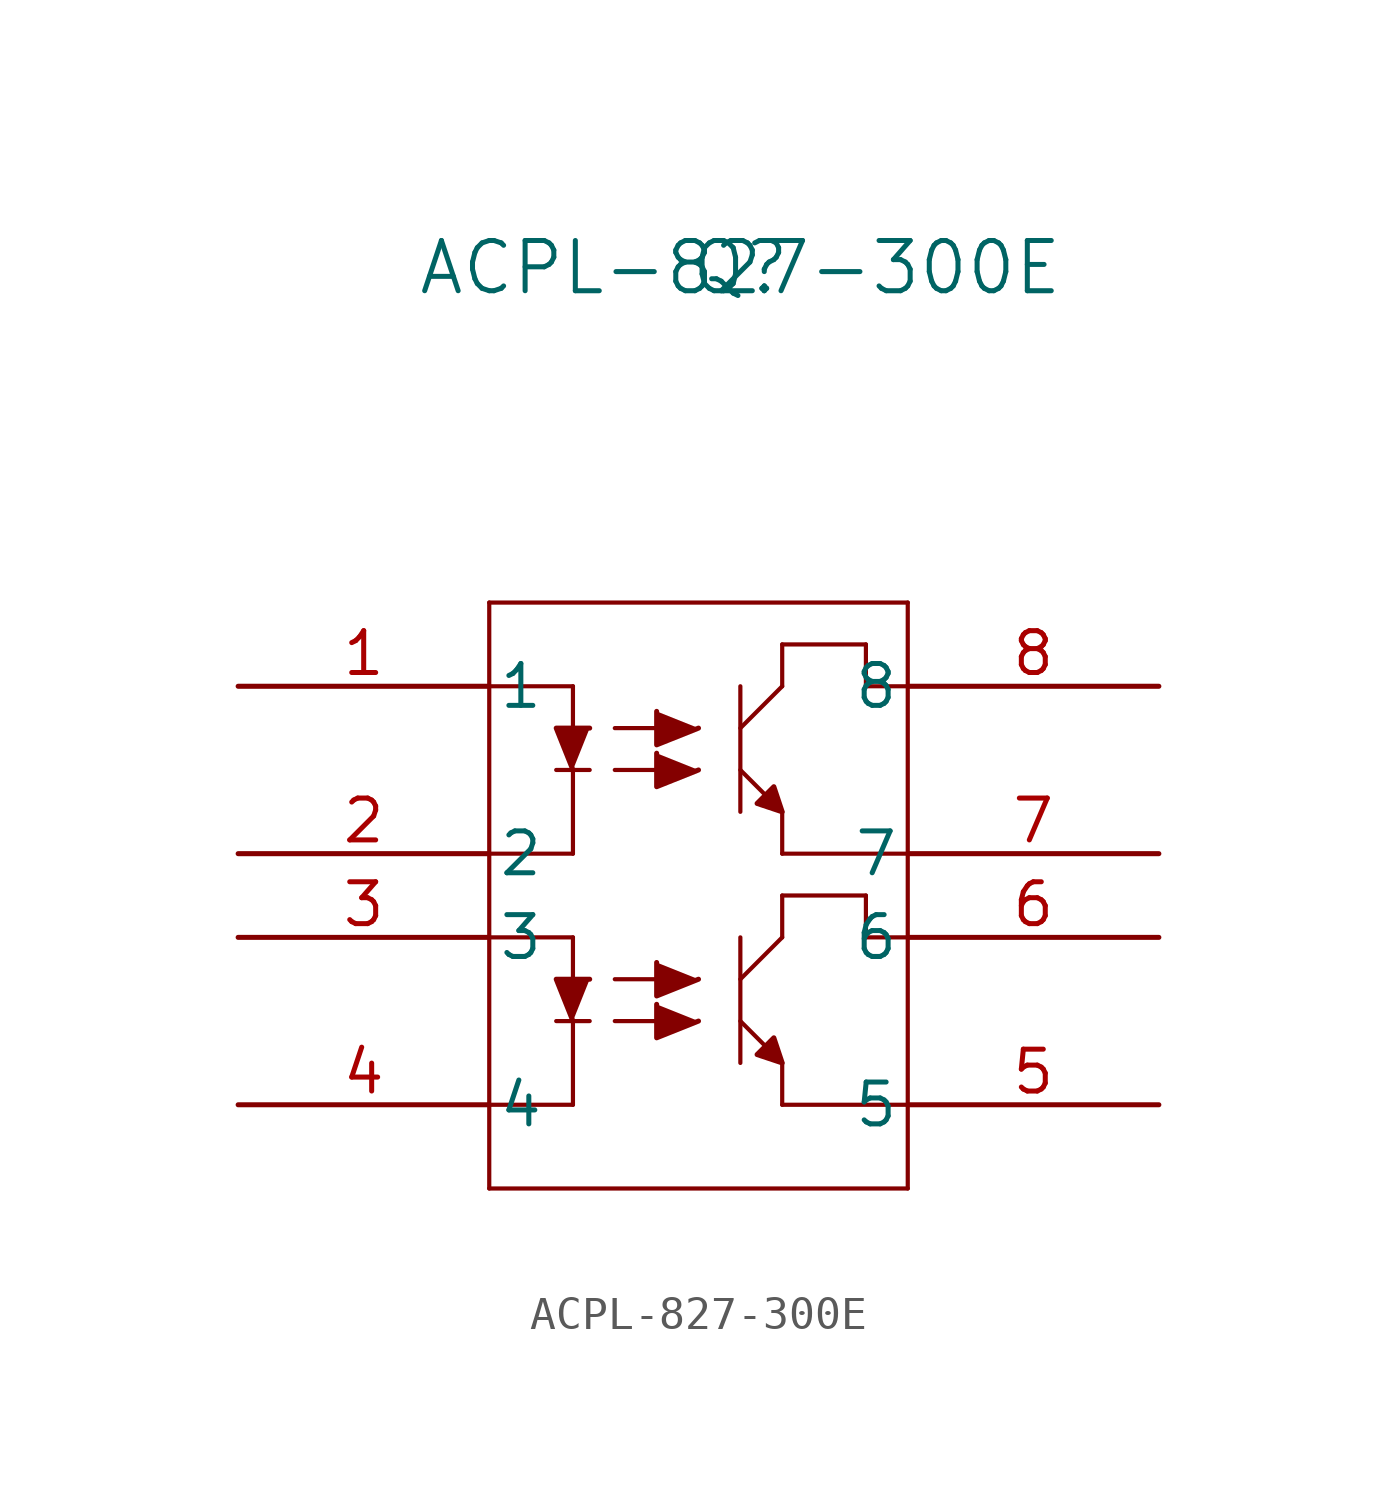
<source format=kicad_sym>
(kicad_symbol_lib
  (version 20211014)
  (generator kicad_symbol_editor)
  (symbol "ACPL-827-300E"
    (pin_names
      (offset 0.254))
    (property "Reference" "Q"
      (at 15.24 12.7 0)
      (effects (font (size 1.524 1.524))))
    (property "Value" "ACPL-827-300E"
      (at 15.24 12.7 0)
      (effects (font (size 1.524 1.524))))
    (symbol "ACPL-827-300E_0_1"
      (polyline (pts (xy 16.51 -3.81) (xy 16.51 -5.08)) (stroke (width 0.127) (type default) (color 0 0 0 0)) (fill (type none)))
      (polyline (pts (xy 15.24 -3.81) (xy 15.24 0)) (stroke (width 0.127) (type default) (color 0 0 0 0)) (fill (type none)))
      (polyline (pts (xy 16.51 0) (xy 15.24 -1.27)) (stroke (width 0.127) (type default) (color 0 0 0 0)) (fill (type none)))
      (polyline (pts (xy 7.62 2.54) (xy 7.62 -15.24)) (stroke (width 0.127) (type default) (color 0 0 0 0)) (fill (type none)))
      (polyline (pts (xy 15.24 -2.54) (xy 16.256 -3.556)) (stroke (width 0.127) (type default) (color 0 0 0 0)) (fill (type none)))
      (polyline (pts (xy 20.32 -15.24) (xy 20.32 2.54)) (stroke (width 0.127) (type default) (color 0 0 0 0)) (fill (type none)))
      (polyline (pts (xy 11.43 -2.54) (xy 12.7 -2.54)) (stroke (width 0.127) (type default) (color 0 0 0 0)) (fill (type none)))
      (polyline (pts (xy 11.43 -1.27) (xy 12.7 -1.27)) (stroke (width 0.127) (type default) (color 0 0 0 0)) (fill (type none)))
      (polyline (pts (xy 19.05 1.27) (xy 16.51 1.27)) (stroke (width 0.127) (type default) (color 0 0 0 0)) (fill (type none)))
      (polyline (pts (xy 7.62 -15.24) (xy 20.32 -15.24)) (stroke (width 0.127) (type default) (color 0 0 0 0)) (fill (type none)))
      (polyline (pts (xy 16.51 0) (xy 16.51 1.27)) (stroke (width 0.127) (type default) (color 0 0 0 0)) (fill (type none)))
      (polyline (pts (xy 20.32 2.54) (xy 7.62 2.54)) (stroke (width 0.127) (type default) (color 0 0 0 0)) (fill (type none)))
      (polyline (pts (xy 9.652 -2.54) (xy 10.668 -2.54)) (stroke (width 0.127) (type default) (color 0 0 0 0)) (fill (type none)))
      (polyline (pts (xy 16.51 -5.08) (xy 20.32 -5.08)) (stroke (width 0.127) (type default) (color 0 0 0 0)) (fill (type none)))
      (polyline (pts (xy 10.16 -1.27) (xy 10.16 0)) (stroke (width 0.127) (type default) (color 0 0 0 0)) (fill (type none)))
      (polyline (pts (xy 10.16 -2.54) (xy 10.16 -5.08)) (stroke (width 0.127) (type default) (color 0 0 0 0)) (fill (type none)))
      (polyline (pts (xy 10.16 -2.54) (xy 9.652 -1.27) (xy 10.668 -1.27)) (stroke (width 0) (type default) (color 0 0 0 0)) (fill (type outline)))
      (polyline (pts (xy 16.51 -3.81) (xy 15.748 -3.556) (xy 16.256 -3.048) (xy 16.51 -3.81)) (stroke (width 0) (type default) (color 0 0 0 0)) (fill (type outline)))
      (polyline (pts (xy 13.97 -1.27) (xy 12.7 -1.778) (xy 12.7 -0.762)) (stroke (width 0) (type default) (color 0 0 0 0)) (fill (type outline)))
      (polyline (pts (xy 13.97 -2.54) (xy 12.7 -3.048) (xy 12.7 -2.032)) (stroke (width 0) (type default) (color 0 0 0 0)) (fill (type outline)))
      (polyline (pts (xy 7.62 0) (xy 10.16 0)) (stroke (width 0.127) (type default) (color 0 0 0 0)) (fill (type none)))
      (polyline (pts (xy 7.62 -5.08) (xy 10.16 -5.08)) (stroke (width 0.127) (type default) (color 0 0 0 0)) (fill (type none)))
      (polyline (pts (xy 19.05 1.27) (xy 19.05 0)) (stroke (width 0.127) (type default) (color 0 0 0 0)) (fill (type none)))
      (polyline (pts (xy 19.05 0) (xy 20.32 0)) (stroke (width 0.127) (type default) (color 0 0 0 0)) (fill (type none)))
      (polyline (pts (xy 16.51 -11.43) (xy 16.51 -12.7)) (stroke (width 0.127) (type default) (color 0 0 0 0)) (fill (type none)))
      (polyline (pts (xy 15.24 -11.43) (xy 15.24 -7.62)) (stroke (width 0.127) (type default) (color 0 0 0 0)) (fill (type none)))
      (polyline (pts (xy 16.51 -7.62) (xy 15.24 -8.89)) (stroke (width 0.127) (type default) (color 0 0 0 0)) (fill (type none)))
      (polyline (pts (xy 15.24 -10.16) (xy 16.256 -11.176)) (stroke (width 0.127) (type default) (color 0 0 0 0)) (fill (type none)))
      (polyline (pts (xy 11.43 -10.16) (xy 12.7 -10.16)) (stroke (width 0.127) (type default) (color 0 0 0 0)) (fill (type none)))
      (polyline (pts (xy 11.43 -8.89) (xy 12.7 -8.89)) (stroke (width 0.127) (type default) (color 0 0 0 0)) (fill (type none)))
      (polyline (pts (xy 19.05 -6.35) (xy 16.51 -6.35)) (stroke (width 0.127) (type default) (color 0 0 0 0)) (fill (type none)))
      (polyline (pts (xy 16.51 -7.62) (xy 16.51 -6.35)) (stroke (width 0.127) (type default) (color 0 0 0 0)) (fill (type none)))
      (polyline (pts (xy 9.652 -10.16) (xy 10.668 -10.16)) (stroke (width 0.127) (type default) (color 0 0 0 0)) (fill (type none)))
      (polyline (pts (xy 16.51 -12.7) (xy 20.32 -12.7)) (stroke (width 0.127) (type default) (color 0 0 0 0)) (fill (type none)))
      (polyline (pts (xy 10.16 -8.89) (xy 10.16 -7.62)) (stroke (width 0.127) (type default) (color 0 0 0 0)) (fill (type none)))
      (polyline (pts (xy 10.16 -10.16) (xy 10.16 -12.7)) (stroke (width 0.127) (type default) (color 0 0 0 0)) (fill (type none)))
      (polyline (pts (xy 7.62 -7.62) (xy 10.16 -7.62)) (stroke (width 0.127) (type default) (color 0 0 0 0)) (fill (type none)))
      (polyline (pts (xy 7.62 -12.7) (xy 10.16 -12.7)) (stroke (width 0.127) (type default) (color 0 0 0 0)) (fill (type none)))
      (polyline (pts (xy 19.05 -6.35) (xy 19.05 -7.62)) (stroke (width 0.127) (type default) (color 0 0 0 0)) (fill (type none)))
      (polyline (pts (xy 19.05 -7.62) (xy 20.32 -7.62)) (stroke (width 0.127) (type default) (color 0 0 0 0)) (fill (type none)))
      (polyline (pts (xy 10.16 -10.16) (xy 9.652 -8.89) (xy 10.668 -8.89)) (stroke (width 0) (type default) (color 0 0 0 0)) (fill (type outline)))
      (polyline (pts (xy 16.51 -11.43) (xy 15.748 -11.176) (xy 16.256 -10.668) (xy 16.51 -11.43)) (stroke (width 0) (type default) (color 0 0 0 0)) (fill (type outline)))
      (polyline (pts (xy 13.97 -8.89) (xy 12.7 -9.398) (xy 12.7 -8.382)) (stroke (width 0) (type default) (color 0 0 0 0)) (fill (type outline)))
      (polyline (pts (xy 13.97 -10.16) (xy 12.7 -10.668) (xy 12.7 -9.652)) (stroke (width 0) (type default) (color 0 0 0 0)) (fill (type outline)))
      (pin unspecified line (at 0 0 0) (length 7.62) (name "1" (effects (font (size 1.27 1.27)))) (number "1" (effects (font (size 1.27 1.27)))))
      (pin unspecified line (at 0 -5.08 0) (length 7.62) (name "2" (effects (font (size 1.27 1.27)))) (number "2" (effects (font (size 1.27 1.27)))))
      (pin unspecified line (at 0 -7.62 0) (length 7.62) (name "3" (effects (font (size 1.27 1.27)))) (number "3" (effects (font (size 1.27 1.27)))))
      (pin unspecified line (at 0 -12.7 0) (length 7.62) (name "4" (effects (font (size 1.27 1.27)))) (number "4" (effects (font (size 1.27 1.27)))))
      (pin unspecified line (at 27.94 -12.7 180) (length 7.62) (name "5" (effects (font (size 1.27 1.27)))) (number "5" (effects (font (size 1.27 1.27)))))
      (pin unspecified line (at 27.94 -7.62 180) (length 7.62) (name "6" (effects (font (size 1.27 1.27)))) (number "6" (effects (font (size 1.27 1.27)))))
      (pin unspecified line (at 27.94 -5.08 180) (length 7.62) (name "7" (effects (font (size 1.27 1.27)))) (number "7" (effects (font (size 1.27 1.27)))))
      (pin unspecified line (at 27.94 0 180) (length 7.62) (name "8" (effects (font (size 1.27 1.27)))) (number "8" (effects (font (size 1.27 1.27))))))))
</source>
